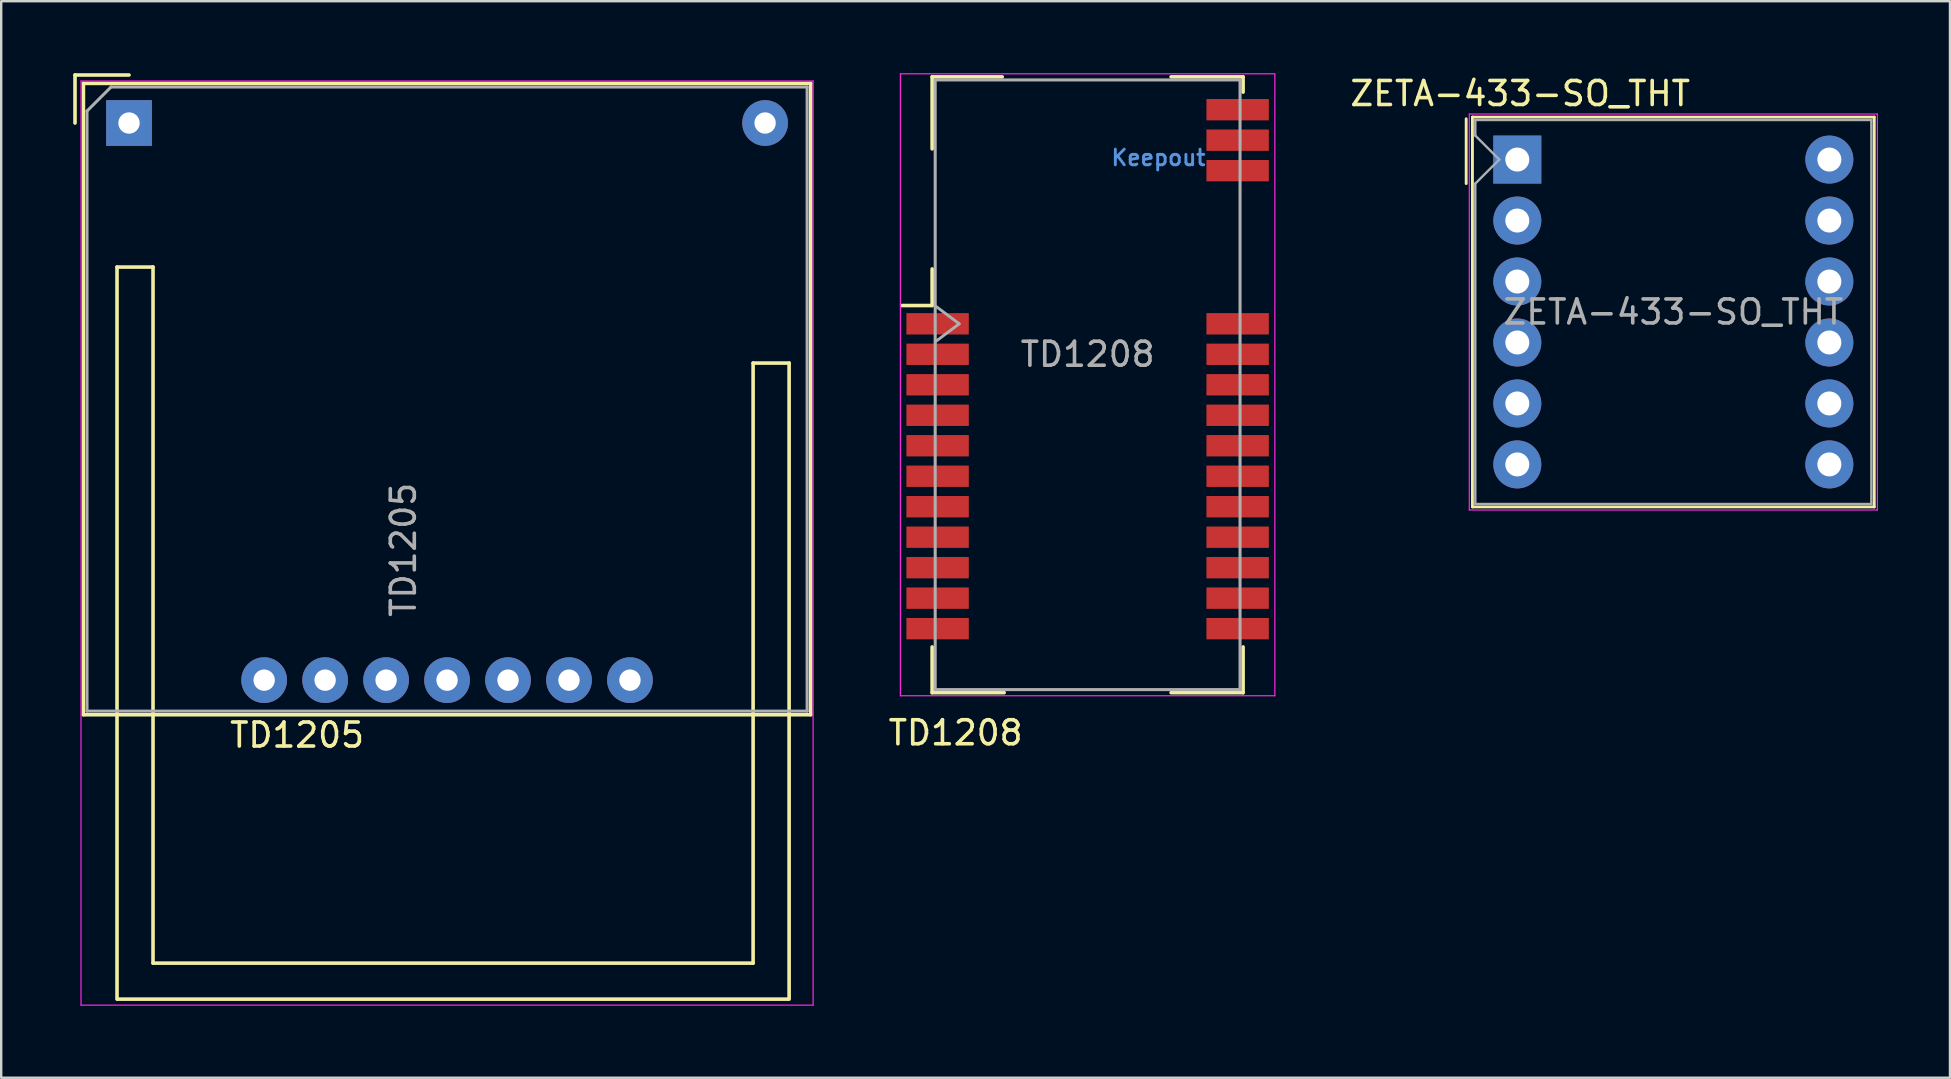
<source format=kicad_pcb>
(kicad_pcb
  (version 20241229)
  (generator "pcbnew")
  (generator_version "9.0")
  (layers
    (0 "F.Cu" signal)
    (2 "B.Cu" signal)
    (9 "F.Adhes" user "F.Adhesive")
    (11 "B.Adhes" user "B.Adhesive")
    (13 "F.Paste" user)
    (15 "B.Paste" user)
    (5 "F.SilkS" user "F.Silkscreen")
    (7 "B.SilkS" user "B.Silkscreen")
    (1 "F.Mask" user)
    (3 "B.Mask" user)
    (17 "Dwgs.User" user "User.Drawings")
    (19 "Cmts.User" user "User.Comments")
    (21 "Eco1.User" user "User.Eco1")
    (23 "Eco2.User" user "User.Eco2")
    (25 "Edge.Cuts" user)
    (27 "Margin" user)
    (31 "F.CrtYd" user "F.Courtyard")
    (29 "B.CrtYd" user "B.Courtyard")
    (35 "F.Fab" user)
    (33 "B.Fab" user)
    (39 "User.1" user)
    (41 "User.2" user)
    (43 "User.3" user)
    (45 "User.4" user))
  (footprint "TD1208"
    (layer "F.Cu")
    (at 42.261 12.345)
    (property "Reference" "TD1208" (at -5.5 15.135 0) (layer "F.SilkS") (effects (font (size 1 1) (thickness 0.15))))
    (attr smd)
    (fp_line (start -6.477 -12.192) (end -6.477 -9.192) (stroke (width 0.15) (type solid)) (layer "F.SilkS"))
    (fp_line (start -6.477 -12.192) (end -3.556 -12.192) (stroke (width 0.15) (type solid)) (layer "F.SilkS"))
    (fp_line (start -6.477 -4.191) (end -6.477 -2.667) (stroke (width 0.15) (type solid)) (layer "F.SilkS"))
    (fp_line (start -6.477 -2.667) (end -7.747 -2.667) (stroke (width 0.15) (type solid)) (layer "F.SilkS"))
    (fp_line (start -6.477 11.557) (end -6.477 13.462) (stroke (width 0.15) (type solid)) (layer "F.SilkS"))
    (fp_line (start -6.477 13.462) (end -3.477 13.462) (stroke (width 0.15) (type solid)) (layer "F.SilkS"))
    (fp_line (start 6.477 -12.192) (end 3.477 -12.192) (stroke (width 0.15) (type solid)) (layer "F.SilkS"))
    (fp_line (start 6.477 -12.192) (end 6.477 -11.557) (stroke (width 0.15) (type solid)) (layer "F.SilkS"))
    (fp_line (start 6.477 11.557) (end 6.477 13.462) (stroke (width 0.15) (type solid)) (layer "F.SilkS"))
    (fp_line (start 6.477 13.462) (end 3.477 13.462) (stroke (width 0.15) (type solid)) (layer "F.SilkS"))
    (fp_line (start -7.8 -12.32) (end -7.8 13.59) (stroke (width 0.05) (type solid)) (layer "F.CrtYd"))
    (fp_line (start -7.8 13.59) (end 7.8 13.59) (stroke (width 0.05) (type solid)) (layer "F.CrtYd"))
    (fp_line (start 7.8 -12.32) (end -7.8 -12.32) (stroke (width 0.05) (type solid)) (layer "F.CrtYd"))
    (fp_line (start 7.8 13.59) (end 7.8 -12.32) (stroke (width 0.05) (type solid)) (layer "F.CrtYd"))
    (fp_line (start -6.35 -12.065) (end -6.35 13.335) (stroke (width 0.127) (type solid)) (layer "F.Fab"))
    (fp_line (start -6.35 -12.065) (end 6.35 -12.065) (stroke (width 0.127) (type solid)) (layer "F.Fab"))
    (fp_line (start -6.35 -2.655) (end -5.35 -1.905) (stroke (width 0.12) (type solid)) (layer "F.Fab"))
    (fp_line (start -5.35 -1.905) (end -6.35 -1.155) (stroke (width 0.12) (type solid)) (layer "F.Fab"))
    (fp_line (start 6.35 -12.065) (end 6.35 13.335) (stroke (width 0.127) (type solid)) (layer "F.Fab"))
    (fp_line (start 6.35 13.335) (end -6.35 13.335) (stroke (width 0.127) (type solid)) (layer "F.Fab"))
    (fp_text user "Keepout" (at 2.95 -8.825 0) (layer "Cmts.User") (effects (font (size 0.65 0.65) (thickness 0.12))))
    (fp_text user "${REFERENCE}" (at 0 -0.635 0) (layer "F.Fab") (effects (font (size 1 1) (thickness 0.15))))
    (pad "1" smd rect (at -6.25 -1.905) (size 2.6 0.89) (layers "F.Cu" "F.Mask" "F.Paste"))
    (pad "2" smd rect (at -6.25 -0.635) (size 2.6 0.89) (layers "F.Cu" "F.Mask" "F.Paste"))
    (pad "3" smd rect (at -6.25 0.635) (size 2.6 0.89) (layers "F.Cu" "F.Mask" "F.Paste"))
    (pad "4" smd rect (at -6.25 1.905) (size 2.6 0.89) (layers "F.Cu" "F.Mask" "F.Paste"))
    (pad "5" smd rect (at -6.25 3.175) (size 2.6 0.89) (layers "F.Cu" "F.Mask" "F.Paste"))
    (pad "6" smd rect (at -6.25 4.445) (size 2.6 0.89) (layers "F.Cu" "F.Mask" "F.Paste"))
    (pad "7" smd rect (at -6.25 5.715) (size 2.6 0.89) (layers "F.Cu" "F.Mask" "F.Paste"))
    (pad "8" smd rect (at -6.25 6.985) (size 2.6 0.89) (layers "F.Cu" "F.Mask" "F.Paste"))
    (pad "9" smd rect (at -6.25 8.255) (size 2.6 0.89) (layers "F.Cu" "F.Mask" "F.Paste"))
    (pad "10" smd rect (at -6.25 9.525) (size 2.6 0.89) (layers "F.Cu" "F.Mask" "F.Paste"))
    (pad "11" smd rect (at -6.25 10.795) (size 2.6 0.89) (layers "F.Cu" "F.Mask" "F.Paste"))
    (pad "12" smd rect (at 6.25 10.795) (size 2.6 0.89) (layers "F.Cu" "F.Mask" "F.Paste"))
    (pad "13" smd rect (at 6.25 9.525) (size 2.6 0.89) (layers "F.Cu" "F.Mask" "F.Paste"))
    (pad "14" smd rect (at 6.25 8.255) (size 2.6 0.89) (layers "F.Cu" "F.Mask" "F.Paste"))
    (pad "15" smd rect (at 6.25 6.985) (size 2.6 0.89) (layers "F.Cu" "F.Mask" "F.Paste"))
    (pad "16" smd rect (at 6.25 5.715) (size 2.6 0.89) (layers "F.Cu" "F.Mask" "F.Paste"))
    (pad "17" smd rect (at 6.25 4.445) (size 2.6 0.89) (layers "F.Cu" "F.Mask" "F.Paste"))
    (pad "18" smd rect (at 6.25 3.175) (size 2.6 0.89) (layers "F.Cu" "F.Mask" "F.Paste"))
    (pad "19" smd rect (at 6.25 1.905) (size 2.6 0.89) (layers "F.Cu" "F.Mask" "F.Paste"))
    (pad "20" smd rect (at 6.25 0.635) (size 2.6 0.89) (layers "F.Cu" "F.Mask" "F.Paste"))
    (pad "21" smd rect (at 6.25 -0.635) (size 2.6 0.89) (layers "F.Cu" "F.Mask" "F.Paste"))
    (pad "22" smd rect (at 6.25 -1.905) (size 2.6 0.89) (layers "F.Cu" "F.Mask" "F.Paste"))
    (pad "23" smd rect (at 6.25 -8.285) (size 2.6 0.89) (layers "F.Cu" "F.Mask" "F.Paste"))
    (pad "24" smd rect (at 6.25 -9.555) (size 2.6 0.89) (layers "F.Cu" "F.Mask" "F.Paste"))
    (pad "25" smd rect (at 6.25 -10.825) (size 2.6 0.89) (layers "F.Cu" "F.Mask" "F.Paste"))
    (zone (net_name "") (layer "F.Cu") (hatch full 0.508) (connect_pads) (min_thickness 0.254) (filled_areas_thickness no) (keepout (tracks not_allowed) (vias not_allowed) (pads not_allowed) (copperpour allowed) (footprints allowed)) (placement (enabled no)) (fill) (polygon (pts (xy 43.211 1.52) (xy 47.211 1.52) (xy 47.211 5.52) (xy 43.211 5.52)))))
  (footprint "ZETA-433-SO_THT"
    (layer "F.Cu")
    (at 60.162 3.598)
    (property "Reference" "ZETA-433-SO_THT" (at 0.12 -2.75 0) (layer "F.SilkS") (effects (font (size 1 1) (thickness 0.15))))
    (attr through_hole)
    (fp_line (start -2.13 -1.7) (end -2.13 1) (stroke (width 0.12) (type solid)) (layer "F.SilkS"))
    (fp_line (start -1.87 -1.77) (end -1.87 14.47) (stroke (width 0.12) (type solid)) (layer "F.SilkS"))
    (fp_line (start -1.87 -1.77) (end 14.87 -1.77) (stroke (width 0.12) (type solid)) (layer "F.SilkS"))
    (fp_line (start 14.87 -1.77) (end 14.87 14.47) (stroke (width 0.12) (type solid)) (layer "F.SilkS"))
    (fp_line (start 14.87 14.47) (end -1.87 14.47) (stroke (width 0.12) (type solid)) (layer "F.SilkS"))
    (fp_line (start -2 -1.9) (end 15 -1.9) (stroke (width 0.05) (type solid)) (layer "F.CrtYd"))
    (fp_line (start -2 14.6) (end -2 -1.9) (stroke (width 0.05) (type solid)) (layer "F.CrtYd"))
    (fp_line (start 15 -1.9) (end 15 14.6) (stroke (width 0.05) (type solid)) (layer "F.CrtYd"))
    (fp_line (start 15 14.6) (end -2 14.6) (stroke (width 0.05) (type solid)) (layer "F.CrtYd"))
    (fp_line (start -1.75 -1.65) (end 14.75 -1.65) (stroke (width 0.1) (type solid)) (layer "F.Fab"))
    (fp_line (start -1.75 -1) (end -1.75 -1.65) (stroke (width 0.1) (type solid)) (layer "F.Fab"))
    (fp_line (start -1.75 14.35) (end -1.75 1) (stroke (width 0.1) (type solid)) (layer "F.Fab"))
    (fp_line (start -0.75 0) (end -1.75 -1) (stroke (width 0.1) (type solid)) (layer "F.Fab"))
    (fp_line (start -0.75 0) (end -1.75 1) (stroke (width 0.1) (type solid)) (layer "F.Fab"))
    (fp_line (start 14.75 -1.65) (end 14.75 14.35) (stroke (width 0.1) (type solid)) (layer "F.Fab"))
    (fp_line (start 14.75 14.35) (end -1.75 14.35) (stroke (width 0.1) (type solid)) (layer "F.Fab"))
    (fp_text user "${REFERENCE}" (at 6.5 6.35 0) (layer "F.Fab") (effects (font (size 1 1) (thickness 0.15))))
    (pad "1" thru_hole rect (at 0 0) (size 2 2) (drill 1) (layers "*.Cu" "*.Mask"))
    (pad "2" thru_hole circle (at 0 2.54) (size 2 2) (drill 1) (layers "*.Cu" "*.Mask"))
    (pad "3" thru_hole circle (at 0 5.08) (size 2 2) (drill 1) (layers "*.Cu" "*.Mask"))
    (pad "4" thru_hole circle (at 0 7.62) (size 2 2) (drill 1) (layers "*.Cu" "*.Mask"))
    (pad "5" thru_hole circle (at 0 10.16) (size 2 2) (drill 1) (layers "*.Cu" "*.Mask"))
    (pad "6" thru_hole circle (at 0 12.7) (size 2 2) (drill 1) (layers "*.Cu" "*.Mask"))
    (pad "7" thru_hole circle (at 13 12.7) (size 2 2) (drill 1) (layers "*.Cu" "*.Mask"))
    (pad "8" thru_hole circle (at 13 10.16) (size 2 2) (drill 1) (layers "*.Cu" "*.Mask"))
    (pad "9" thru_hole circle (at 13 7.62) (size 2 2) (drill 1) (layers "*.Cu" "*.Mask"))
    (pad "10" thru_hole circle (at 13 5.08) (size 2 2) (drill 1) (layers "*.Cu" "*.Mask"))
    (pad "11" thru_hole circle (at 13 2.54) (size 2 2) (drill 1) (layers "*.Cu" "*.Mask"))
    (pad "12" thru_hole circle (at 13 0) (size 2 2) (drill 1) (layers "*.Cu" "*.Mask")))
  (footprint "TD1205"
    (layer "F.Cu")
    (at 2.325 2.075)
    (property "Reference" "TD1205" (at 7 25.5 180) (layer "F.SilkS") (effects (font (size 1 1) (thickness 0.15))))
    (attr through_hole)
    (fp_line (start -2.25 -2) (end -2.25 0) (stroke (width 0.15) (type solid)) (layer "F.SilkS"))
    (fp_line (start -1.9 24.65) (end -1.9 -1.65) (stroke (width 0.15) (type solid)) (layer "F.SilkS"))
    (fp_line (start -0.5 6) (end -0.5 36.5) (stroke (width 0.15) (type solid)) (layer "F.SilkS"))
    (fp_line (start -0.5 6) (end 1 6) (stroke (width 0.15) (type solid)) (layer "F.SilkS"))
    (fp_line (start -0.48 36.5) (end 27.46 36.5) (stroke (width 0.15) (type solid)) (layer "F.SilkS"))
    (fp_line (start 0 -2) (end -2.25 -2) (stroke (width 0.15) (type solid)) (layer "F.SilkS"))
    (fp_line (start 1 35) (end 1 6) (stroke (width 0.15) (type solid)) (layer "F.SilkS"))
    (fp_line (start 26 10) (end 26 35) (stroke (width 0.15) (type solid)) (layer "F.SilkS"))
    (fp_line (start 26 35) (end 1 35) (stroke (width 0.15) (type solid)) (layer "F.SilkS"))
    (fp_line (start 27.5 10) (end 26 10) (stroke (width 0.15) (type solid)) (layer "F.SilkS"))
    (fp_line (start 27.5 36.5) (end 27.5 10) (stroke (width 0.15) (type solid)) (layer "F.SilkS"))
    (fp_line (start 28.4 -1.65) (end -1.9 -1.65) (stroke (width 0.15) (type solid)) (layer "F.SilkS"))
    (fp_line (start 28.4 -1.65) (end 28.4 24.65) (stroke (width 0.15) (type solid)) (layer "F.SilkS"))
    (fp_line (start 28.4 24.65) (end -1.9 24.65) (stroke (width 0.15) (type solid)) (layer "F.SilkS"))
    (fp_line (start -2 -1.75) (end 28.5 -1.75) (stroke (width 0.05) (type solid)) (layer "F.CrtYd"))
    (fp_line (start -2 36.75) (end -2 -1.75) (stroke (width 0.05) (type solid)) (layer "F.CrtYd"))
    (fp_line (start 28.5 -1.75) (end 28.5 36.75) (stroke (width 0.05) (type solid)) (layer "F.CrtYd"))
    (fp_line (start 28.5 36.75) (end -2 36.75) (stroke (width 0.05) (type solid)) (layer "F.CrtYd"))
    (fp_line (start -1.75 -0.5) (end -0.75 -1.5) (stroke (width 0.127) (type solid)) (layer "F.Fab"))
    (fp_line (start -1.75 24.5) (end -1.75 -0.5) (stroke (width 0.127) (type solid)) (layer "F.Fab"))
    (fp_line (start -0.75 -1.5) (end 28.25 -1.5) (stroke (width 0.127) (type solid)) (layer "F.Fab"))
    (fp_line (start 28.25 -1.5) (end 28.25 24.5) (stroke (width 0.127) (type solid)) (layer "F.Fab"))
    (fp_line (start 28.25 24.5) (end -1.75 24.5) (stroke (width 0.127) (type solid)) (layer "F.Fab"))
    (fp_text user "${REFERENCE}" (at 11.43 17.78 90) (layer "F.Fab") (effects (font (size 1 1) (thickness 0.15))))
    (pad "1" thru_hole rect (at 0 0 90) (size 1.905 1.905) (drill 0.89) (layers "*.Cu" "*.Mask"))
    (pad "2" thru_hole circle (at 26.5 0 90) (size 1.905 1.905) (drill 0.89) (layers "*.Cu" "*.Mask"))
    (pad "3" thru_hole circle (at 5.63 23.21 90) (size 1.905 1.905) (drill 0.89) (layers "*.Cu" "*.Mask"))
    (pad "4" thru_hole circle (at 8.17 23.21 90) (size 1.905 1.905) (drill 0.89) (layers "*.Cu" "*.Mask"))
    (pad "5" thru_hole circle (at 10.71 23.21 90) (size 1.905 1.905) (drill 0.89) (layers "*.Cu" "*.Mask"))
    (pad "6" thru_hole circle (at 13.25 23.21 90) (size 1.905 1.905) (drill 0.89) (layers "*.Cu" "*.Mask"))
    (pad "7" thru_hole circle (at 15.79 23.21 90) (size 1.905 1.905) (drill 0.89) (layers "*.Cu" "*.Mask"))
    (pad "8" thru_hole circle (at 18.33 23.21 90) (size 1.905 1.905) (drill 0.89) (layers "*.Cu" "*.Mask"))
    (pad "9" thru_hole circle (at 20.87 23.21 90) (size 1.905 1.905) (drill 0.89) (layers "*.Cu" "*.Mask")))
  (gr_rect
    (start -3 -3)
    (end 78.187 41.85)
    (stroke (width 0.1) (type default))
    (fill no)
    (layer "Edge.Cuts")))
</source>
